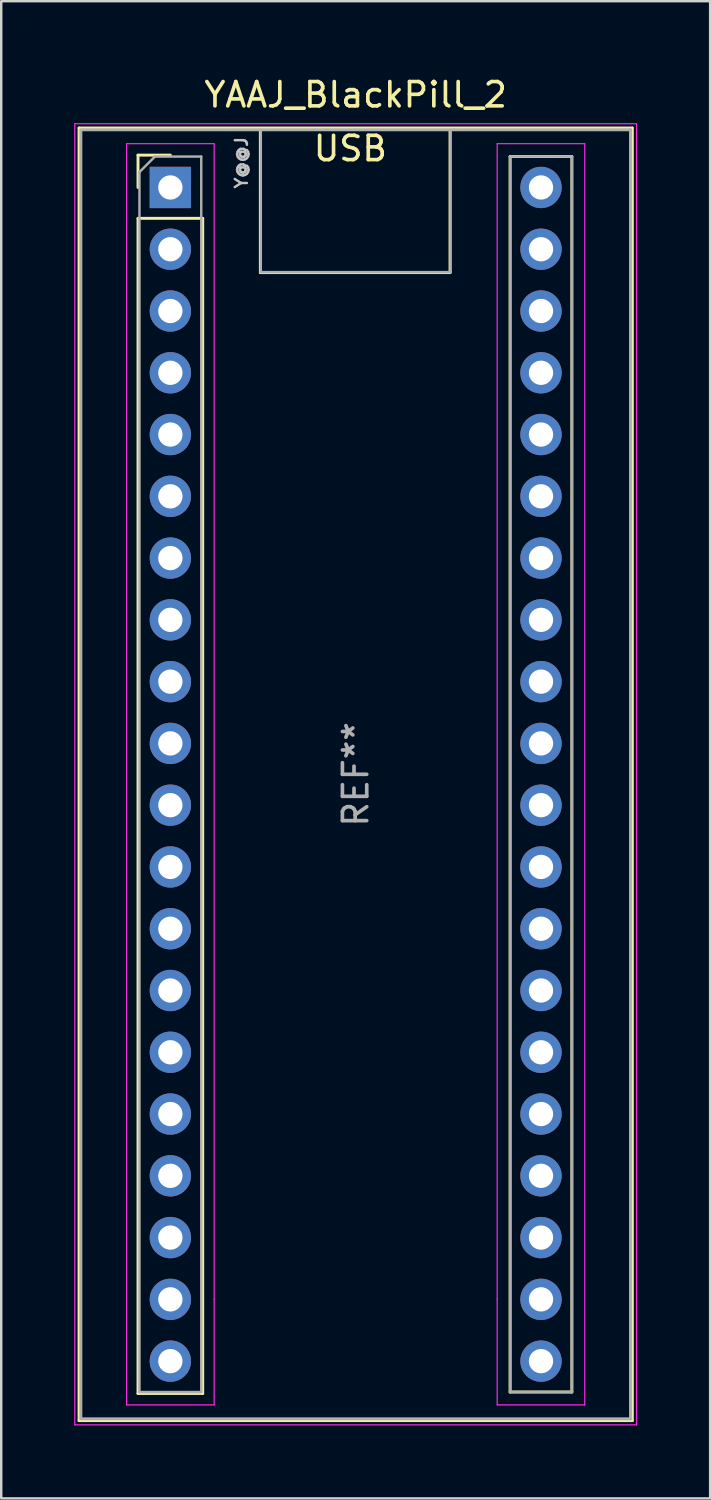
<source format=kicad_pcb>
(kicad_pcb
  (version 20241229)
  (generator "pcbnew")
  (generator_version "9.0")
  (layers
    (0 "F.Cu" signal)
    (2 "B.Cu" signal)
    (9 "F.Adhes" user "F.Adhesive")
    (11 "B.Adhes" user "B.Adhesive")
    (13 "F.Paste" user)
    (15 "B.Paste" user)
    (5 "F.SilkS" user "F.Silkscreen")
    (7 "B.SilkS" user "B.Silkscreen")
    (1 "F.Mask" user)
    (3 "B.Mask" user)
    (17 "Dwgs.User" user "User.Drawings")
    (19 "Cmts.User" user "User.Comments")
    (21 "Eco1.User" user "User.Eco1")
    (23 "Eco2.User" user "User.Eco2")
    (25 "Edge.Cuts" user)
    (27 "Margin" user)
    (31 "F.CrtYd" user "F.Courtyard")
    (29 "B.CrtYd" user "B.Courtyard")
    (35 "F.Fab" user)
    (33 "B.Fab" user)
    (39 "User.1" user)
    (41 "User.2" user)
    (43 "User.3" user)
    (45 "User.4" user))
  (footprint "YAAJ_BlackPill_2"
    (layer "F.Cu")
    (at 3.955 4.658)
    (property "Reference" "YAAJ_BlackPill_2" (at 7.62 -3.81 0) (layer "F.SilkS") (effects (font (size 1 1) (thickness 0.15))))
    (attr through_hole)
    (fp_line (start -3.755 -2.445) (end 18.995 -2.445) (stroke (width 0.12) (type solid)) (layer "F.SilkS"))
    (fp_line (start -3.755 50.705) (end -3.755 -2.445) (stroke (width 0.12) (type solid)) (layer "F.SilkS"))
    (fp_line (start -1.33 -1.33) (end 0 -1.33) (stroke (width 0.12) (type solid)) (layer "F.SilkS"))
    (fp_line (start -1.33 0) (end -1.33 -1.33) (stroke (width 0.12) (type solid)) (layer "F.SilkS"))
    (fp_line (start -1.33 1.27) (end 1.33 1.27) (stroke (width 0.12) (type solid)) (layer "F.SilkS"))
    (fp_line (start -1.33 49.59) (end -1.33 1.27) (stroke (width 0.12) (type solid)) (layer "F.SilkS"))
    (fp_line (start 1.33 1.27) (end 1.33 49.59) (stroke (width 0.12) (type solid)) (layer "F.SilkS"))
    (fp_line (start 1.33 49.59) (end -1.33 49.59) (stroke (width 0.12) (type solid)) (layer "F.SilkS"))
    (fp_line (start 3.7 -2.4) (end 3.7 3.5) (stroke (width 0.12) (type solid)) (layer "F.SilkS"))
    (fp_line (start 3.7 3.5) (end 11.5 3.5) (stroke (width 0.12) (type solid)) (layer "F.SilkS"))
    (fp_line (start 11.5 3.5) (end 11.5 -2.4) (stroke (width 0.12) (type solid)) (layer "F.SilkS"))
    (fp_line (start 13.97 -1.27) (end 16.51 -1.27) (stroke (width 0.12) (type solid)) (layer "F.SilkS"))
    (fp_line (start 13.97 49.53) (end 13.97 -1.27) (stroke (width 0.12) (type solid)) (layer "F.SilkS"))
    (fp_line (start 16.51 -1.27) (end 16.51 49.53) (stroke (width 0.12) (type solid)) (layer "F.SilkS"))
    (fp_line (start 16.51 49.53) (end 13.97 49.53) (stroke (width 0.12) (type solid)) (layer "F.SilkS"))
    (fp_line (start 18.995 -2.445) (end 18.995 50.705) (stroke (width 0.12) (type solid)) (layer "F.SilkS"))
    (fp_line (start 18.995 50.705) (end -3.755 50.705) (stroke (width 0.12) (type solid)) (layer "F.SilkS"))
    (fp_line (start -3.93 -2.62) (end 19.17 -2.62) (stroke (width 0.05) (type solid)) (layer "F.CrtYd"))
    (fp_line (start -3.93 50.88) (end -3.93 -2.62) (stroke (width 0.05) (type solid)) (layer "F.CrtYd"))
    (fp_line (start -1.8 -1.8) (end -1.8 50.06) (stroke (width 0.05) (type solid)) (layer "F.CrtYd"))
    (fp_line (start -1.8 50.06) (end 1.8 50.06) (stroke (width 0.05) (type solid)) (layer "F.CrtYd"))
    (fp_line (start 1.8 -1.8) (end -1.8 -1.8) (stroke (width 0.05) (type solid)) (layer "F.CrtYd"))
    (fp_line (start 1.8 -1.8) (end 1.8 45.72) (stroke (width 0.05) (type solid)) (layer "F.CrtYd"))
    (fp_line (start 1.8 45.72) (end 1.8 50.06) (stroke (width 0.05) (type solid)) (layer "F.CrtYd"))
    (fp_line (start 13.44 -1.8) (end 13.44 45.72) (stroke (width 0.05) (type solid)) (layer "F.CrtYd"))
    (fp_line (start 13.44 -1.8) (end 17.04 -1.8) (stroke (width 0.05) (type solid)) (layer "F.CrtYd"))
    (fp_line (start 13.44 45.72) (end 13.44 50.06) (stroke (width 0.05) (type solid)) (layer "F.CrtYd"))
    (fp_line (start 17.04 -1.8) (end 17.04 50.06) (stroke (width 0.05) (type solid)) (layer "F.CrtYd"))
    (fp_line (start 17.04 50.06) (end 13.44 50.06) (stroke (width 0.05) (type solid)) (layer "F.CrtYd"))
    (fp_line (start 19.17 -2.62) (end 19.17 50.88) (stroke (width 0.05) (type solid)) (layer "F.CrtYd"))
    (fp_line (start 19.17 50.88) (end -3.93 50.88) (stroke (width 0.05) (type solid)) (layer "F.CrtYd"))
    (fp_line (start -3.68 -2.37) (end 18.92 -2.37) (stroke (width 0.12) (type solid)) (layer "F.Fab"))
    (fp_line (start -3.68 50.63) (end -3.68 -2.32) (stroke (width 0.12) (type solid)) (layer "F.Fab"))
    (fp_line (start -3.68 50.63) (end 18.92 50.63) (stroke (width 0.12) (type solid)) (layer "F.Fab"))
    (fp_line (start -1.27 -0.635) (end -0.635 -1.27) (stroke (width 0.1) (type solid)) (layer "F.Fab"))
    (fp_line (start -1.27 49.53) (end -1.27 -0.635) (stroke (width 0.1) (type solid)) (layer "F.Fab"))
    (fp_line (start -0.635 -1.27) (end 1.27 -1.27) (stroke (width 0.1) (type solid)) (layer "F.Fab"))
    (fp_line (start 1.27 -1.27) (end 1.27 49.53) (stroke (width 0.1) (type solid)) (layer "F.Fab"))
    (fp_line (start 1.27 49.53) (end -1.27 49.53) (stroke (width 0.1) (type solid)) (layer "F.Fab"))
    (fp_line (start 3.72 3.48) (end 3.72 -2.32) (stroke (width 0.1) (type solid)) (layer "F.Fab"))
    (fp_line (start 3.72 3.48) (end 11.52 3.48) (stroke (width 0.1) (type solid)) (layer "F.Fab"))
    (fp_line (start 11.52 3.48) (end 11.52 -2.32) (stroke (width 0.1) (type solid)) (layer "F.Fab"))
    (fp_line (start 13.97 -1.27) (end 16.51 -1.27) (stroke (width 0.1) (type solid)) (layer "F.Fab"))
    (fp_line (start 13.97 49.53) (end 13.97 -1.27) (stroke (width 0.1) (type solid)) (layer "F.Fab"))
    (fp_line (start 16.51 -1.27) (end 16.51 49.53) (stroke (width 0.1) (type solid)) (layer "F.Fab"))
    (fp_line (start 16.51 49.53) (end 13.97 49.53) (stroke (width 0.1) (type solid)) (layer "F.Fab"))
    (fp_line (start 18.92 -2.37) (end 18.92 50.63) (stroke (width 0.12) (type solid)) (layer "F.Fab"))
    (fp_text user "USB" (at 7.4 -1.6 0) (layer "F.SilkS") (effects (font (size 1 1) (thickness 0.15))))
    (fp_text user "Y@@J" (at 2.921 -1.016 90) (unlocked yes) (layer "Dwgs.User") (effects (font (size 0.5 0.5) (thickness 0.1))))
    (fp_text user "REF**" (at 7.62 24.13 90) (layer "F.Fab") (effects (font (size 1 1) (thickness 0.15))))
    (pad "1" thru_hole rect (at 0 0) (size 1.7 1.7) (drill 1) (layers "*.Cu" "*.Mask"))
    (pad "2" thru_hole circle (at 0 2.54) (size 1.7 1.7) (drill 1) (layers "*.Cu" "*.Mask"))
    (pad "3" thru_hole circle (at 0 5.08) (size 1.7 1.7) (drill 1) (layers "*.Cu" "*.Mask"))
    (pad "4" thru_hole circle (at 0 7.62) (size 1.7 1.7) (drill 1) (layers "*.Cu" "*.Mask"))
    (pad "5" thru_hole circle (at 0 10.16) (size 1.7 1.7) (drill 1) (layers "*.Cu" "*.Mask"))
    (pad "6" thru_hole circle (at 0 12.7) (size 1.7 1.7) (drill 1) (layers "*.Cu" "*.Mask"))
    (pad "7" thru_hole circle (at 0 15.24) (size 1.7 1.7) (drill 1) (layers "*.Cu" "*.Mask"))
    (pad "8" thru_hole circle (at 0 17.78) (size 1.7 1.7) (drill 1) (layers "*.Cu" "*.Mask"))
    (pad "9" thru_hole circle (at 0 20.32) (size 1.7 1.7) (drill 1) (layers "*.Cu" "*.Mask"))
    (pad "10" thru_hole circle (at 0 22.86) (size 1.7 1.7) (drill 1) (layers "*.Cu" "*.Mask"))
    (pad "11" thru_hole circle (at 0 25.4) (size 1.7 1.7) (drill 1) (layers "*.Cu" "*.Mask"))
    (pad "12" thru_hole circle (at 0 27.94) (size 1.7 1.7) (drill 1) (layers "*.Cu" "*.Mask"))
    (pad "13" thru_hole circle (at 0 30.48) (size 1.7 1.7) (drill 1) (layers "*.Cu" "*.Mask"))
    (pad "14" thru_hole circle (at 0 33.02) (size 1.7 1.7) (drill 1) (layers "*.Cu" "*.Mask"))
    (pad "15" thru_hole circle (at 0 35.56) (size 1.7 1.7) (drill 1) (layers "*.Cu" "*.Mask"))
    (pad "16" thru_hole circle (at 0 38.1) (size 1.7 1.7) (drill 1) (layers "*.Cu" "*.Mask"))
    (pad "17" thru_hole circle (at 0 40.64) (size 1.7 1.7) (drill 1) (layers "*.Cu" "*.Mask"))
    (pad "18" thru_hole circle (at 0 43.18) (size 1.7 1.7) (drill 1) (layers "*.Cu" "*.Mask"))
    (pad "19" thru_hole circle (at 0 45.72) (size 1.7 1.7) (drill 1) (layers "*.Cu" "*.Mask"))
    (pad "20" thru_hole circle (at 0 48.26) (size 1.7 1.7) (drill 1) (layers "*.Cu" "*.Mask"))
    (pad "21" thru_hole circle (at 15.24 48.26) (size 1.7 1.7) (drill 1) (layers "*.Cu" "*.Mask"))
    (pad "22" thru_hole circle (at 15.24 45.72) (size 1.7 1.7) (drill 1) (layers "*.Cu" "*.Mask"))
    (pad "23" thru_hole circle (at 15.24 43.18) (size 1.7 1.7) (drill 1) (layers "*.Cu" "*.Mask"))
    (pad "24" thru_hole circle (at 15.24 40.64) (size 1.7 1.7) (drill 1) (layers "*.Cu" "*.Mask"))
    (pad "25" thru_hole circle (at 15.24 38.1) (size 1.7 1.7) (drill 1) (layers "*.Cu" "*.Mask"))
    (pad "26" thru_hole circle (at 15.24 35.56) (size 1.7 1.7) (drill 1) (layers "*.Cu" "*.Mask"))
    (pad "27" thru_hole circle (at 15.24 33.02) (size 1.7 1.7) (drill 1) (layers "*.Cu" "*.Mask"))
    (pad "28" thru_hole circle (at 15.24 30.48) (size 1.7 1.7) (drill 1) (layers "*.Cu" "*.Mask"))
    (pad "29" thru_hole circle (at 15.24 27.94) (size 1.7 1.7) (drill 1) (layers "*.Cu" "*.Mask"))
    (pad "30" thru_hole circle (at 15.24 25.4) (size 1.7 1.7) (drill 1) (layers "*.Cu" "*.Mask"))
    (pad "31" thru_hole circle (at 15.24 22.86) (size 1.7 1.7) (drill 1) (layers "*.Cu" "*.Mask"))
    (pad "32" thru_hole circle (at 15.24 20.32) (size 1.7 1.7) (drill 1) (layers "*.Cu" "*.Mask"))
    (pad "33" thru_hole circle (at 15.24 17.78) (size 1.7 1.7) (drill 1) (layers "*.Cu" "*.Mask"))
    (pad "34" thru_hole circle (at 15.24 15.24) (size 1.7 1.7) (drill 1) (layers "*.Cu" "*.Mask"))
    (pad "35" thru_hole circle (at 15.24 12.7) (size 1.7 1.7) (drill 1) (layers "*.Cu" "*.Mask"))
    (pad "36" thru_hole circle (at 15.24 10.16) (size 1.7 1.7) (drill 1) (layers "*.Cu" "*.Mask"))
    (pad "37" thru_hole circle (at 15.24 7.62) (size 1.7 1.7) (drill 1) (layers "*.Cu" "*.Mask"))
    (pad "38" thru_hole circle (at 15.24 5.08) (size 1.7 1.7) (drill 1) (layers "*.Cu" "*.Mask"))
    (pad "39" thru_hole circle (at 15.24 2.54) (size 1.7 1.7) (drill 1) (layers "*.Cu" "*.Mask"))
    (pad "40" thru_hole circle (at 15.24 0) (size 1.7 1.7) (drill 1) (layers "*.Cu" "*.Mask")))
  (gr_rect
    (start -3 -3)
    (end 26.15 58.563)
    (stroke (width 0.1) (type default))
    (fill no)
    (layer "Edge.Cuts")))
</source>
